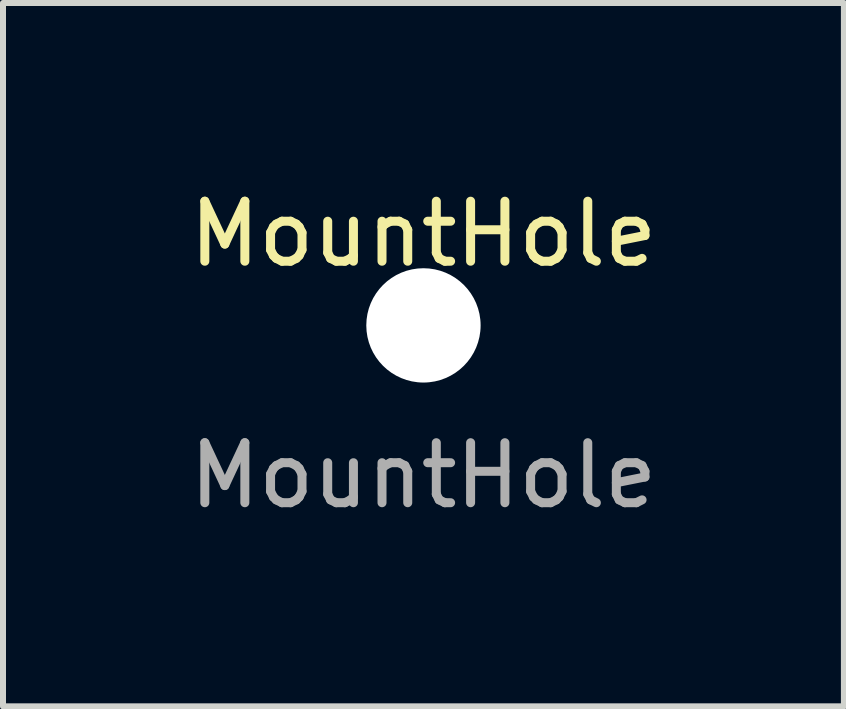
<source format=kicad_pcb>
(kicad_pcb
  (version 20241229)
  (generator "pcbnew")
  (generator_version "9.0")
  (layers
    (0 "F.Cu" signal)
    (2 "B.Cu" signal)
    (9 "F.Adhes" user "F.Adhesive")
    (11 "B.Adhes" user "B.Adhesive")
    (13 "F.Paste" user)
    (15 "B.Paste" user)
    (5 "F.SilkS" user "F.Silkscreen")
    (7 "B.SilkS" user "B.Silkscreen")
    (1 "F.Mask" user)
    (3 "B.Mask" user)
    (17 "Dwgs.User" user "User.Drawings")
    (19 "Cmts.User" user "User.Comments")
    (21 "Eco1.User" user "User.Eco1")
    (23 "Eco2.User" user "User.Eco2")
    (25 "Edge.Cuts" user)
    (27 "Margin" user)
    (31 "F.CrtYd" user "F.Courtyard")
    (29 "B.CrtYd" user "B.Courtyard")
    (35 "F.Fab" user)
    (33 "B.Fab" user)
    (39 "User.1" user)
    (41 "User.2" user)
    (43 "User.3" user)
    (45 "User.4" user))
  (footprint "MountHole"
    (layer "F.Cu")
    (at 4.006 2.372)
    (property "Reference" "MountHole" (at 0 -1.524 0) (unlocked yes) (layer "F.SilkS") (effects (font (size 1 1) (thickness 0.15))))
    (attr through_hole)
    (fp_text user "${REFERENCE}" (at 0 2.5 0) (unlocked yes) (layer "F.Fab") (effects (font (size 1 1) (thickness 0.15))))
    (pad "" np_thru_hole circle (at 0 0) (size 1.905 1.905) (drill 1.905) (layers "*.Cu" "*.Mask")))
  (gr_rect
    (start -3 -3)
    (end 11.012 8.72)
    (stroke (width 0.1) (type default))
    (fill no)
    (layer "Edge.Cuts")))
</source>
